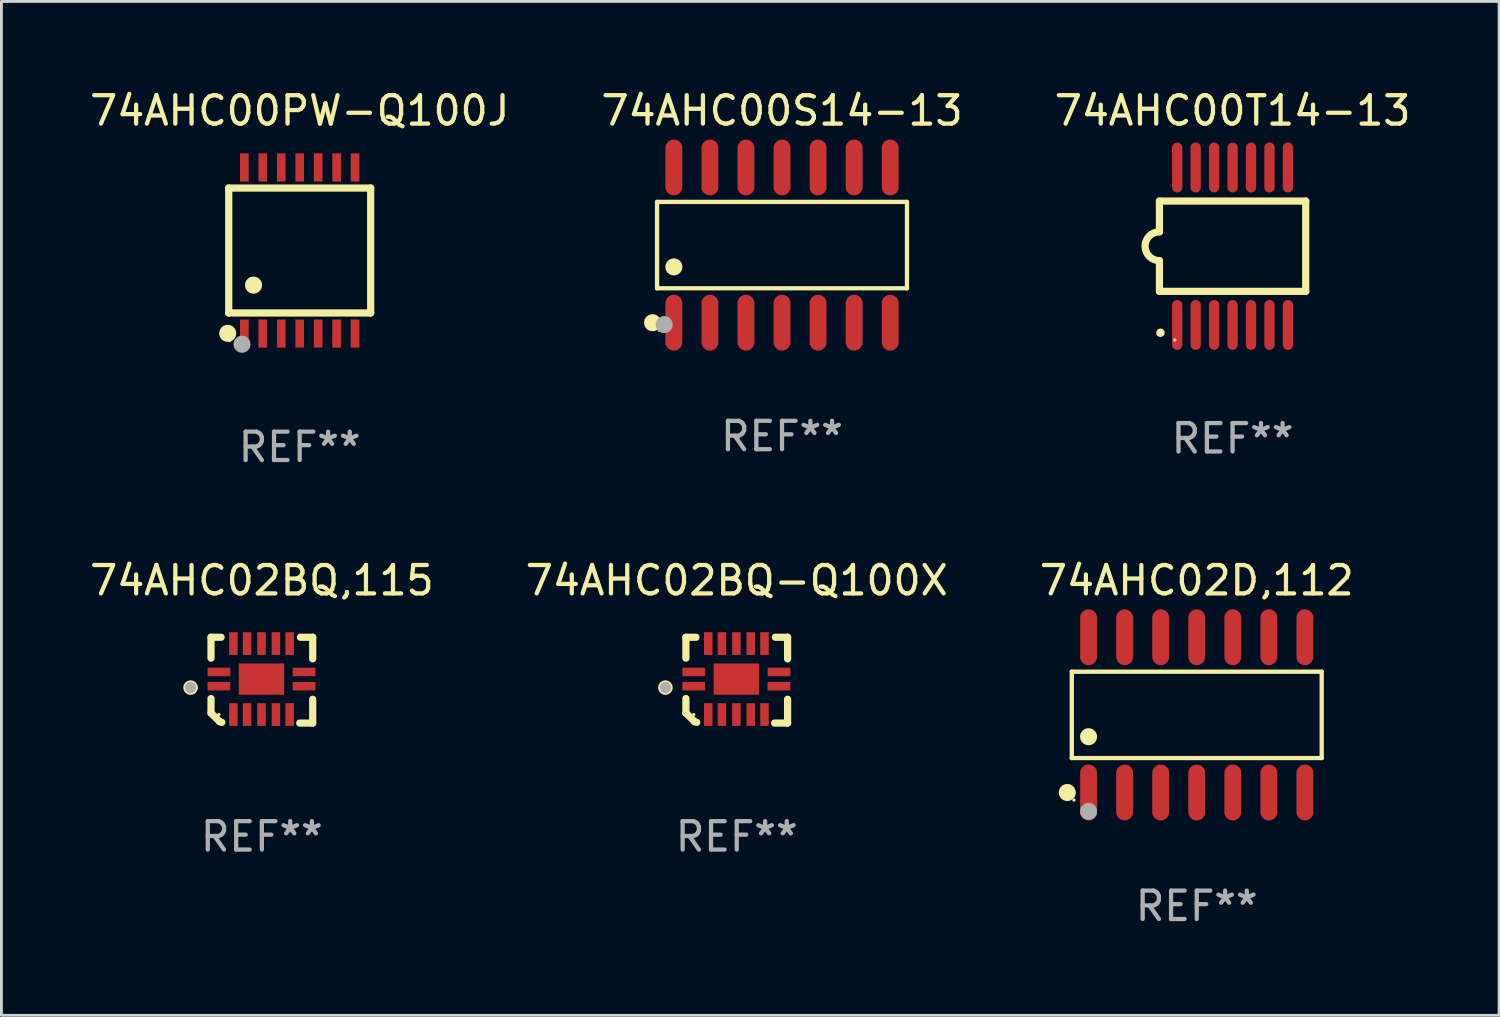
<source format=kicad_pcb>
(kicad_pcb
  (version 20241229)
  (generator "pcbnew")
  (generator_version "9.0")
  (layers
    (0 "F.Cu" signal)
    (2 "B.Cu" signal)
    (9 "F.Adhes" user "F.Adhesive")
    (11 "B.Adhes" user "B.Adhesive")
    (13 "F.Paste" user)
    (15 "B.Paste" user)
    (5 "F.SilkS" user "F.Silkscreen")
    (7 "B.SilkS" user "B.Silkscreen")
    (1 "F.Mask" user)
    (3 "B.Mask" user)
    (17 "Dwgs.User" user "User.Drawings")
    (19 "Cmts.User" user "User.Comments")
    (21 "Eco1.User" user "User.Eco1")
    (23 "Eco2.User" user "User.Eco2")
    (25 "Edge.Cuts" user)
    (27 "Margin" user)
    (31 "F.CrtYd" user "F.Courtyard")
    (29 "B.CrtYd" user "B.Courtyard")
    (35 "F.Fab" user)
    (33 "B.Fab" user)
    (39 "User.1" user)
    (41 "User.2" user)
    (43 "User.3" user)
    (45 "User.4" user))
  (footprint "74AHC00T14-13"
    (layer "F.Cu")
    (at 40.363 5.622)
    (property "Reference" "74AHC00T14-13" (at 0 -4.774 0) (layer "F.SilkS") (effects (font (size 1 1) (thickness 0.15))))
    (attr through_hole)
    (fp_line (start -2.576 -1.59) (end -2.576 -0.508) (stroke (width 0.254) (type solid)) (layer "F.SilkS"))
    (fp_line (start -2.576 -1.59) (end 2.576 -1.59) (stroke (width 0.254) (type solid)) (layer "F.SilkS"))
    (fp_line (start -2.576 1.59) (end -2.576 0.508) (stroke (width 0.254) (type solid)) (layer "F.SilkS"))
    (fp_line (start 2.576 -1.59) (end 2.576 1.59) (stroke (width 0.254) (type solid)) (layer "F.SilkS"))
    (fp_line (start 2.576 1.59) (end -2.576 1.59) (stroke (width 0.254) (type solid)) (layer "F.SilkS"))
    (fp_arc (start -2.576099 0.506706) (mid -3.081511 0) (end -2.576098 -0.506706) (stroke (width 0.254001) (type solid)) (layer "F.SilkS"))
    (fp_circle (center -2.54 3.048) (end -2.465 3.048) (stroke (width 0.15) (type solid)) (fill no) (layer "F.SilkS"))
    (fp_circle (center -2.032 3.302) (end -2.002 3.302) (stroke (width 0.06) (type solid)) (fill no) (layer "F.SilkS"))
    (fp_text user "REF**" (at 0 6.774 0) (layer "F.Fab") (effects (font (size 1 1) (thickness 0.15))))
    (pad "1" smd oval (at -1.95 2.774) (size 0.364 1.758) (layers "F.Cu" "F.Mask" "F.Paste"))
    (pad "2" smd oval (at -1.3 2.774) (size 0.364 1.758) (layers "F.Cu" "F.Mask" "F.Paste"))
    (pad "3" smd oval (at -0.65 2.774) (size 0.364 1.758) (layers "F.Cu" "F.Mask" "F.Paste"))
    (pad "4" smd oval (at 0 2.774) (size 0.364 1.758) (layers "F.Cu" "F.Mask" "F.Paste"))
    (pad "5" smd oval (at 0.65 2.774) (size 0.364 1.758) (layers "F.Cu" "F.Mask" "F.Paste"))
    (pad "6" smd oval (at 1.3 2.774) (size 0.364 1.758) (layers "F.Cu" "F.Mask" "F.Paste"))
    (pad "7" smd oval (at 1.95 2.774) (size 0.364 1.758) (layers "F.Cu" "F.Mask" "F.Paste"))
    (pad "8" smd oval (at 1.95 -2.774) (size 0.364 1.758) (layers "F.Cu" "F.Mask" "F.Paste"))
    (pad "9" smd oval (at 1.3 -2.774) (size 0.364 1.758) (layers "F.Cu" "F.Mask" "F.Paste"))
    (pad "10" smd oval (at 0.65 -2.774) (size 0.364 1.758) (layers "F.Cu" "F.Mask" "F.Paste"))
    (pad "11" smd oval (at 0 -2.774) (size 0.364 1.758) (layers "F.Cu" "F.Mask" "F.Paste"))
    (pad "12" smd oval (at -0.65 -2.774) (size 0.364 1.758) (layers "F.Cu" "F.Mask" "F.Paste"))
    (pad "13" smd oval (at -1.3 -2.774) (size 0.364 1.758) (layers "F.Cu" "F.Mask" "F.Paste"))
    (pad "14" smd oval (at -1.95 -2.774) (size 0.364 1.758) (layers "F.Cu" "F.Mask" "F.Paste")))
  (footprint "74AHC02D,112"
    (layer "F.Cu")
    (at 39.101 22.129)
    (property "Reference" "74AHC02D,112" (at 0 -4.734 0) (layer "F.SilkS") (effects (font (size 1 1) (thickness 0.15))))
    (attr through_hole)
    (fp_line (start -4.401 -1.521) (end 4.401 -1.521) (stroke (width 0.152) (type solid)) (layer "F.SilkS"))
    (fp_line (start -4.401 1.521) (end -4.401 -1.521) (stroke (width 0.152) (type solid)) (layer "F.SilkS"))
    (fp_line (start 4.401 -1.521) (end 4.401 1.521) (stroke (width 0.152) (type solid)) (layer "F.SilkS"))
    (fp_line (start 4.401 1.521) (end -4.401 1.521) (stroke (width 0.152) (type solid)) (layer "F.SilkS"))
    (fp_circle (center -4.56 2.734) (end -4.41 2.734) (stroke (width 0.3) (type solid)) (fill no) (layer "F.SilkS"))
    (fp_circle (center -4.325 3) (end -4.295 3) (stroke (width 0.06) (type solid)) (fill no) (layer "F.SilkS"))
    (fp_circle (center -3.81 0.769) (end -3.66 0.769) (stroke (width 0.3) (type solid)) (fill no) (layer "F.SilkS"))
    (fp_circle (center -3.81 3.4) (end -3.66 3.4) (stroke (width 0.3) (type solid)) (fill no) (layer "F.Fab"))
    (fp_text user "REF**" (at 0 6.734 0) (layer "F.Fab") (effects (font (size 1 1) (thickness 0.15))))
    (pad "1" smd oval (at -3.81 2.734) (size 0.595 1.968) (layers "F.Cu" "F.Mask" "F.Paste"))
    (pad "2" smd oval (at -2.54 2.734) (size 0.595 1.968) (layers "F.Cu" "F.Mask" "F.Paste"))
    (pad "3" smd oval (at -1.27 2.734) (size 0.595 1.968) (layers "F.Cu" "F.Mask" "F.Paste"))
    (pad "4" smd oval (at 0 2.734) (size 0.595 1.968) (layers "F.Cu" "F.Mask" "F.Paste"))
    (pad "5" smd oval (at 1.27 2.734) (size 0.595 1.968) (layers "F.Cu" "F.Mask" "F.Paste"))
    (pad "6" smd oval (at 2.54 2.734) (size 0.595 1.968) (layers "F.Cu" "F.Mask" "F.Paste"))
    (pad "7" smd oval (at 3.81 2.734) (size 0.595 1.968) (layers "F.Cu" "F.Mask" "F.Paste"))
    (pad "8" smd oval (at 3.81 -2.734) (size 0.595 1.968) (layers "F.Cu" "F.Mask" "F.Paste"))
    (pad "9" smd oval (at 2.54 -2.734) (size 0.595 1.968) (layers "F.Cu" "F.Mask" "F.Paste"))
    (pad "10" smd oval (at 1.27 -2.734) (size 0.595 1.968) (layers "F.Cu" "F.Mask" "F.Paste"))
    (pad "11" smd oval (at 0 -2.734) (size 0.595 1.968) (layers "F.Cu" "F.Mask" "F.Paste"))
    (pad "12" smd oval (at -1.27 -2.734) (size 0.595 1.968) (layers "F.Cu" "F.Mask" "F.Paste"))
    (pad "13" smd oval (at -2.54 -2.734) (size 0.595 1.968) (layers "F.Cu" "F.Mask" "F.Paste"))
    (pad "14" smd oval (at -3.81 -2.734) (size 0.595 1.968) (layers "F.Cu" "F.Mask" "F.Paste")))
  (footprint "74AHC00S14-13"
    (layer "F.Cu")
    (at 24.494 5.582)
    (property "Reference" "74AHC00S14-13" (at 0 -4.734 0) (layer "F.SilkS") (effects (font (size 1 1) (thickness 0.15))))
    (attr through_hole)
    (fp_line (start -4.401 -1.521) (end 4.401 -1.521) (stroke (width 0.152) (type solid)) (layer "F.SilkS"))
    (fp_line (start -4.401 1.521) (end -4.401 -1.521) (stroke (width 0.152) (type solid)) (layer "F.SilkS"))
    (fp_line (start 4.401 -1.521) (end 4.401 1.521) (stroke (width 0.152) (type solid)) (layer "F.SilkS"))
    (fp_line (start 4.401 1.521) (end -4.401 1.521) (stroke (width 0.152) (type solid)) (layer "F.SilkS"))
    (fp_circle (center -4.56 2.734) (end -4.41 2.734) (stroke (width 0.3) (type solid)) (fill no) (layer "F.SilkS"))
    (fp_circle (center -4.325 3) (end -4.295 3) (stroke (width 0.06) (type solid)) (fill no) (layer "F.SilkS"))
    (fp_circle (center -3.81 0.769) (end -3.66 0.769) (stroke (width 0.3) (type solid)) (fill no) (layer "F.SilkS"))
    (fp_circle (center -4.15 2.8) (end -4 2.8) (stroke (width 0.3) (type solid)) (fill no) (layer "F.Fab"))
    (fp_text user "REF**" (at 0 6.734 0) (layer "F.Fab") (effects (font (size 1 1) (thickness 0.15))))
    (pad "1" smd oval (at -3.81 2.734) (size 0.595 1.968) (layers "F.Cu" "F.Mask" "F.Paste"))
    (pad "2" smd oval (at -2.54 2.734) (size 0.595 1.968) (layers "F.Cu" "F.Mask" "F.Paste"))
    (pad "3" smd oval (at -1.27 2.734) (size 0.595 1.968) (layers "F.Cu" "F.Mask" "F.Paste"))
    (pad "4" smd oval (at 0 2.734) (size 0.595 1.968) (layers "F.Cu" "F.Mask" "F.Paste"))
    (pad "5" smd oval (at 1.27 2.734) (size 0.595 1.968) (layers "F.Cu" "F.Mask" "F.Paste"))
    (pad "6" smd oval (at 2.54 2.734) (size 0.595 1.968) (layers "F.Cu" "F.Mask" "F.Paste"))
    (pad "7" smd oval (at 3.81 2.734) (size 0.595 1.968) (layers "F.Cu" "F.Mask" "F.Paste"))
    (pad "8" smd oval (at 3.81 -2.734) (size 0.595 1.968) (layers "F.Cu" "F.Mask" "F.Paste"))
    (pad "9" smd oval (at 2.54 -2.734) (size 0.595 1.968) (layers "F.Cu" "F.Mask" "F.Paste"))
    (pad "10" smd oval (at 1.27 -2.734) (size 0.595 1.968) (layers "F.Cu" "F.Mask" "F.Paste"))
    (pad "11" smd oval (at 0 -2.734) (size 0.595 1.968) (layers "F.Cu" "F.Mask" "F.Paste"))
    (pad "12" smd oval (at -1.27 -2.734) (size 0.595 1.968) (layers "F.Cu" "F.Mask" "F.Paste"))
    (pad "13" smd oval (at -2.54 -2.734) (size 0.595 1.968) (layers "F.Cu" "F.Mask" "F.Paste"))
    (pad "14" smd oval (at -3.81 -2.734) (size 0.595 1.968) (layers "F.Cu" "F.Mask" "F.Paste")))
  (footprint "74AHC00PW-Q100J"
    (layer "F.Cu")
    (at 7.506 5.773)
    (property "Reference" "74AHC00PW-Q100J" (at 0 -4.925 0) (layer "F.SilkS") (effects (font (size 1 1) (thickness 0.15))))
    (attr through_hole)
    (fp_line (start -2.5 2.2) (end -2.5 -2.2) (stroke (width 0.254) (type solid)) (layer "F.SilkS"))
    (fp_line (start -2.5 2.2) (end 2.5 2.2) (stroke (width 0.254) (type solid)) (layer "F.SilkS"))
    (fp_line (start 2.5 -2.2) (end -2.5 -2.2) (stroke (width 0.254) (type solid)) (layer "F.SilkS"))
    (fp_line (start 2.5 -2.2) (end 2.5 2.2) (stroke (width 0.254) (type solid)) (layer "F.SilkS"))
    (fp_circle (center -2.536 2.917) (end -2.386 2.917) (stroke (width 0.3) (type solid)) (fill no) (layer "F.SilkS"))
    (fp_circle (center -2.47 3.17) (end -2.44 3.17) (stroke (width 0.06) (type solid)) (fill no) (layer "F.SilkS"))
    (fp_circle (center -1.626 1.219) (end -1.475 1.219) (stroke (width 0.3) (type solid)) (fill no) (layer "F.SilkS"))
    (fp_circle (center -2.032 3.302) (end -1.882 3.302) (stroke (width 0.3) (type solid)) (fill no) (layer "F.Fab"))
    (fp_text user "REF**" (at 0 6.925 0) (layer "F.Fab") (effects (font (size 1 1) (thickness 0.15))))
    (pad "1" smd rect (at -1.95 2.925) (size 0.305 0.991) (layers "F.Cu" "F.Mask" "F.Paste"))
    (pad "2" smd rect (at -1.3 2.925) (size 0.305 0.991) (layers "F.Cu" "F.Mask" "F.Paste"))
    (pad "3" smd rect (at -0.65 2.925) (size 0.305 0.991) (layers "F.Cu" "F.Mask" "F.Paste"))
    (pad "4" smd rect (at 0 2.925) (size 0.305 0.991) (layers "F.Cu" "F.Mask" "F.Paste"))
    (pad "5" smd rect (at 0.65 2.925) (size 0.305 0.991) (layers "F.Cu" "F.Mask" "F.Paste"))
    (pad "6" smd rect (at 1.3 2.925) (size 0.305 0.991) (layers "F.Cu" "F.Mask" "F.Paste"))
    (pad "7" smd rect (at 1.95 2.925) (size 0.305 0.991) (layers "F.Cu" "F.Mask" "F.Paste"))
    (pad "8" smd rect (at 1.95 -2.925) (size 0.305 0.991) (layers "F.Cu" "F.Mask" "F.Paste"))
    (pad "9" smd rect (at 1.3 -2.925) (size 0.305 0.991) (layers "F.Cu" "F.Mask" "F.Paste"))
    (pad "10" smd rect (at 0.65 -2.925) (size 0.305 0.991) (layers "F.Cu" "F.Mask" "F.Paste"))
    (pad "11" smd rect (at 0 -2.925) (size 0.305 0.991) (layers "F.Cu" "F.Mask" "F.Paste"))
    (pad "12" smd rect (at -0.65 -2.925) (size 0.305 0.991) (layers "F.Cu" "F.Mask" "F.Paste"))
    (pad "13" smd rect (at -1.3 -2.925) (size 0.305 0.991) (layers "F.Cu" "F.Mask" "F.Paste"))
    (pad "14" smd rect (at -1.95 -2.925) (size 0.305 0.991) (layers "F.Cu" "F.Mask" "F.Paste")))
  (footprint "74AHC02BQ,115"
    (layer "F.Cu")
    (at 6.173 20.906)
    (property "Reference" "74AHC02BQ,115" (at 0 -3.511 0) (layer "F.SilkS") (effects (font (size 1 1) (thickness 0.15))))
    (attr through_hole)
    (fp_line (start -1.791 -1.511) (end -1.435 -1.511) (stroke (width 0.254) (type solid)) (layer "F.SilkS"))
    (fp_line (start -1.791 -0.775) (end -1.791 -1.511) (stroke (width 0.254) (type solid)) (layer "F.SilkS"))
    (fp_line (start -1.791 1.156) (end -1.791 0.648) (stroke (width 0.254) (type solid)) (layer "F.SilkS"))
    (fp_line (start -1.486 1.461) (end -1.791 1.156) (stroke (width 0.254) (type solid)) (layer "F.SilkS"))
    (fp_line (start -1.41 1.486) (end -1.486 1.461) (stroke (width 0.254) (type solid)) (layer "F.SilkS"))
    (fp_line (start 1.334 1.511) (end 1.791 1.511) (stroke (width 0.254) (type solid)) (layer "F.SilkS"))
    (fp_line (start 1.791 -1.511) (end 1.359 -1.511) (stroke (width 0.254) (type solid)) (layer "F.SilkS"))
    (fp_line (start 1.791 -0.749) (end 1.791 -1.511) (stroke (width 0.254) (type solid)) (layer "F.SilkS"))
    (fp_line (start 1.791 1.511) (end 1.791 0.673) (stroke (width 0.254) (type solid)) (layer "F.SilkS"))
    (fp_circle (center -2.513 0.262) (end -2.383 0.262) (stroke (width 0.254) (type solid)) (fill no) (layer "F.SilkS"))
    (fp_circle (center -1.513 1.212) (end -1.483 1.212) (stroke (width 0.06) (type solid)) (fill no) (layer "F.SilkS"))
    (fp_circle (center -2.513 0.262) (end -2.413 0.262) (stroke (width 0.2) (type solid)) (fill no) (layer "F.Fab"))
    (fp_text user "REF**" (at 0 5.511 0) (layer "F.Fab") (effects (font (size 1 1) (thickness 0.15))))
    (pad "1" smd rect (at -1.513 0.212) (size 0.8 0.3) (layers "F.Cu" "F.Mask" "F.Paste"))
    (pad "2" smd rect (at -1.003 1.212) (size 0.3 0.8) (layers "F.Cu" "F.Mask" "F.Paste"))
    (pad "3" smd rect (at -0.521 1.212) (size 0.3 0.8) (layers "F.Cu" "F.Mask" "F.Paste"))
    (pad "4" smd rect (at -0.013 1.212) (size 0.3 0.8) (layers "F.Cu" "F.Mask" "F.Paste"))
    (pad "5" smd rect (at 0.495 1.212) (size 0.3 0.8) (layers "F.Cu" "F.Mask" "F.Paste"))
    (pad "6" smd rect (at 0.978 1.212) (size 0.3 0.8) (layers "F.Cu" "F.Mask" "F.Paste"))
    (pad "7" smd rect (at 1.487 0.212) (size 0.8 0.3) (layers "F.Cu" "F.Mask" "F.Paste"))
    (pad "8" smd rect (at 1.487 -0.288) (size 0.8 0.3) (layers "F.Cu" "F.Mask" "F.Paste"))
    (pad "9" smd rect (at 0.978 -1.288) (size 0.3 0.8) (layers "F.Cu" "F.Mask" "F.Paste"))
    (pad "10" smd rect (at 0.495 -1.288) (size 0.3 0.8) (layers "F.Cu" "F.Mask" "F.Paste"))
    (pad "11" smd rect (at -0.013 -1.288) (size 0.3 0.8) (layers "F.Cu" "F.Mask" "F.Paste"))
    (pad "12" smd rect (at -0.521 -1.288) (size 0.3 0.8) (layers "F.Cu" "F.Mask" "F.Paste"))
    (pad "13" smd rect (at -1.003 -1.288) (size 0.3 0.8) (layers "F.Cu" "F.Mask" "F.Paste"))
    (pad "14" smd rect (at -1.513 -0.288) (size 0.8 0.3) (layers "F.Cu" "F.Mask" "F.Paste"))
    (pad "15" smd rect (at -0.013 -0.038 90) (size 1.1 1.6) (layers "F.Cu" "F.Mask" "F.Paste")))
  (footprint "74AHC02BQ-Q100X"
    (layer "F.Cu")
    (at 22.899 20.906)
    (property "Reference" "74AHC02BQ-Q100X" (at 0 -3.511 0) (layer "F.SilkS") (effects (font (size 1 1) (thickness 0.15))))
    (attr through_hole)
    (fp_line (start -1.791 -1.511) (end -1.435 -1.511) (stroke (width 0.254) (type solid)) (layer "F.SilkS"))
    (fp_line (start -1.791 -0.775) (end -1.791 -1.511) (stroke (width 0.254) (type solid)) (layer "F.SilkS"))
    (fp_line (start -1.791 1.156) (end -1.791 0.648) (stroke (width 0.254) (type solid)) (layer "F.SilkS"))
    (fp_line (start -1.486 1.461) (end -1.791 1.156) (stroke (width 0.254) (type solid)) (layer "F.SilkS"))
    (fp_line (start -1.41 1.486) (end -1.486 1.461) (stroke (width 0.254) (type solid)) (layer "F.SilkS"))
    (fp_line (start 1.334 1.511) (end 1.791 1.511) (stroke (width 0.254) (type solid)) (layer "F.SilkS"))
    (fp_line (start 1.791 -1.511) (end 1.359 -1.511) (stroke (width 0.254) (type solid)) (layer "F.SilkS"))
    (fp_line (start 1.791 -0.749) (end 1.791 -1.511) (stroke (width 0.254) (type solid)) (layer "F.SilkS"))
    (fp_line (start 1.791 1.511) (end 1.791 0.673) (stroke (width 0.254) (type solid)) (layer "F.SilkS"))
    (fp_circle (center -2.513 0.262) (end -2.383 0.262) (stroke (width 0.254) (type solid)) (fill no) (layer "F.SilkS"))
    (fp_circle (center -1.513 1.212) (end -1.483 1.212) (stroke (width 0.06) (type solid)) (fill no) (layer "F.SilkS"))
    (fp_circle (center -2.513 0.262) (end -2.413 0.262) (stroke (width 0.2) (type solid)) (fill no) (layer "F.Fab"))
    (fp_text user "REF**" (at 0 5.511 0) (layer "F.Fab") (effects (font (size 1 1) (thickness 0.15))))
    (pad "1" smd rect (at -1.513 0.212) (size 0.8 0.3) (layers "F.Cu" "F.Mask" "F.Paste"))
    (pad "2" smd rect (at -1.003 1.212) (size 0.3 0.8) (layers "F.Cu" "F.Mask" "F.Paste"))
    (pad "3" smd rect (at -0.521 1.212) (size 0.3 0.8) (layers "F.Cu" "F.Mask" "F.Paste"))
    (pad "4" smd rect (at -0.013 1.212) (size 0.3 0.8) (layers "F.Cu" "F.Mask" "F.Paste"))
    (pad "5" smd rect (at 0.495 1.212) (size 0.3 0.8) (layers "F.Cu" "F.Mask" "F.Paste"))
    (pad "6" smd rect (at 0.978 1.212) (size 0.3 0.8) (layers "F.Cu" "F.Mask" "F.Paste"))
    (pad "7" smd rect (at 1.487 0.212) (size 0.8 0.3) (layers "F.Cu" "F.Mask" "F.Paste"))
    (pad "8" smd rect (at 1.487 -0.288) (size 0.8 0.3) (layers "F.Cu" "F.Mask" "F.Paste"))
    (pad "9" smd rect (at 0.978 -1.288) (size 0.3 0.8) (layers "F.Cu" "F.Mask" "F.Paste"))
    (pad "10" smd rect (at 0.495 -1.288) (size 0.3 0.8) (layers "F.Cu" "F.Mask" "F.Paste"))
    (pad "11" smd rect (at -0.013 -1.288) (size 0.3 0.8) (layers "F.Cu" "F.Mask" "F.Paste"))
    (pad "12" smd rect (at -0.521 -1.288) (size 0.3 0.8) (layers "F.Cu" "F.Mask" "F.Paste"))
    (pad "13" smd rect (at -1.003 -1.288) (size 0.3 0.8) (layers "F.Cu" "F.Mask" "F.Paste"))
    (pad "14" smd rect (at -1.513 -0.288) (size 0.8 0.3) (layers "F.Cu" "F.Mask" "F.Paste"))
    (pad "15" smd rect (at -0.013 -0.038 90) (size 1.1 1.6) (layers "F.Cu" "F.Mask" "F.Paste")))
  (gr_rect
    (start -3 -3)
    (end 49.75 32.711)
    (stroke (width 0.1) (type default))
    (fill no)
    (layer "Edge.Cuts")))
</source>
